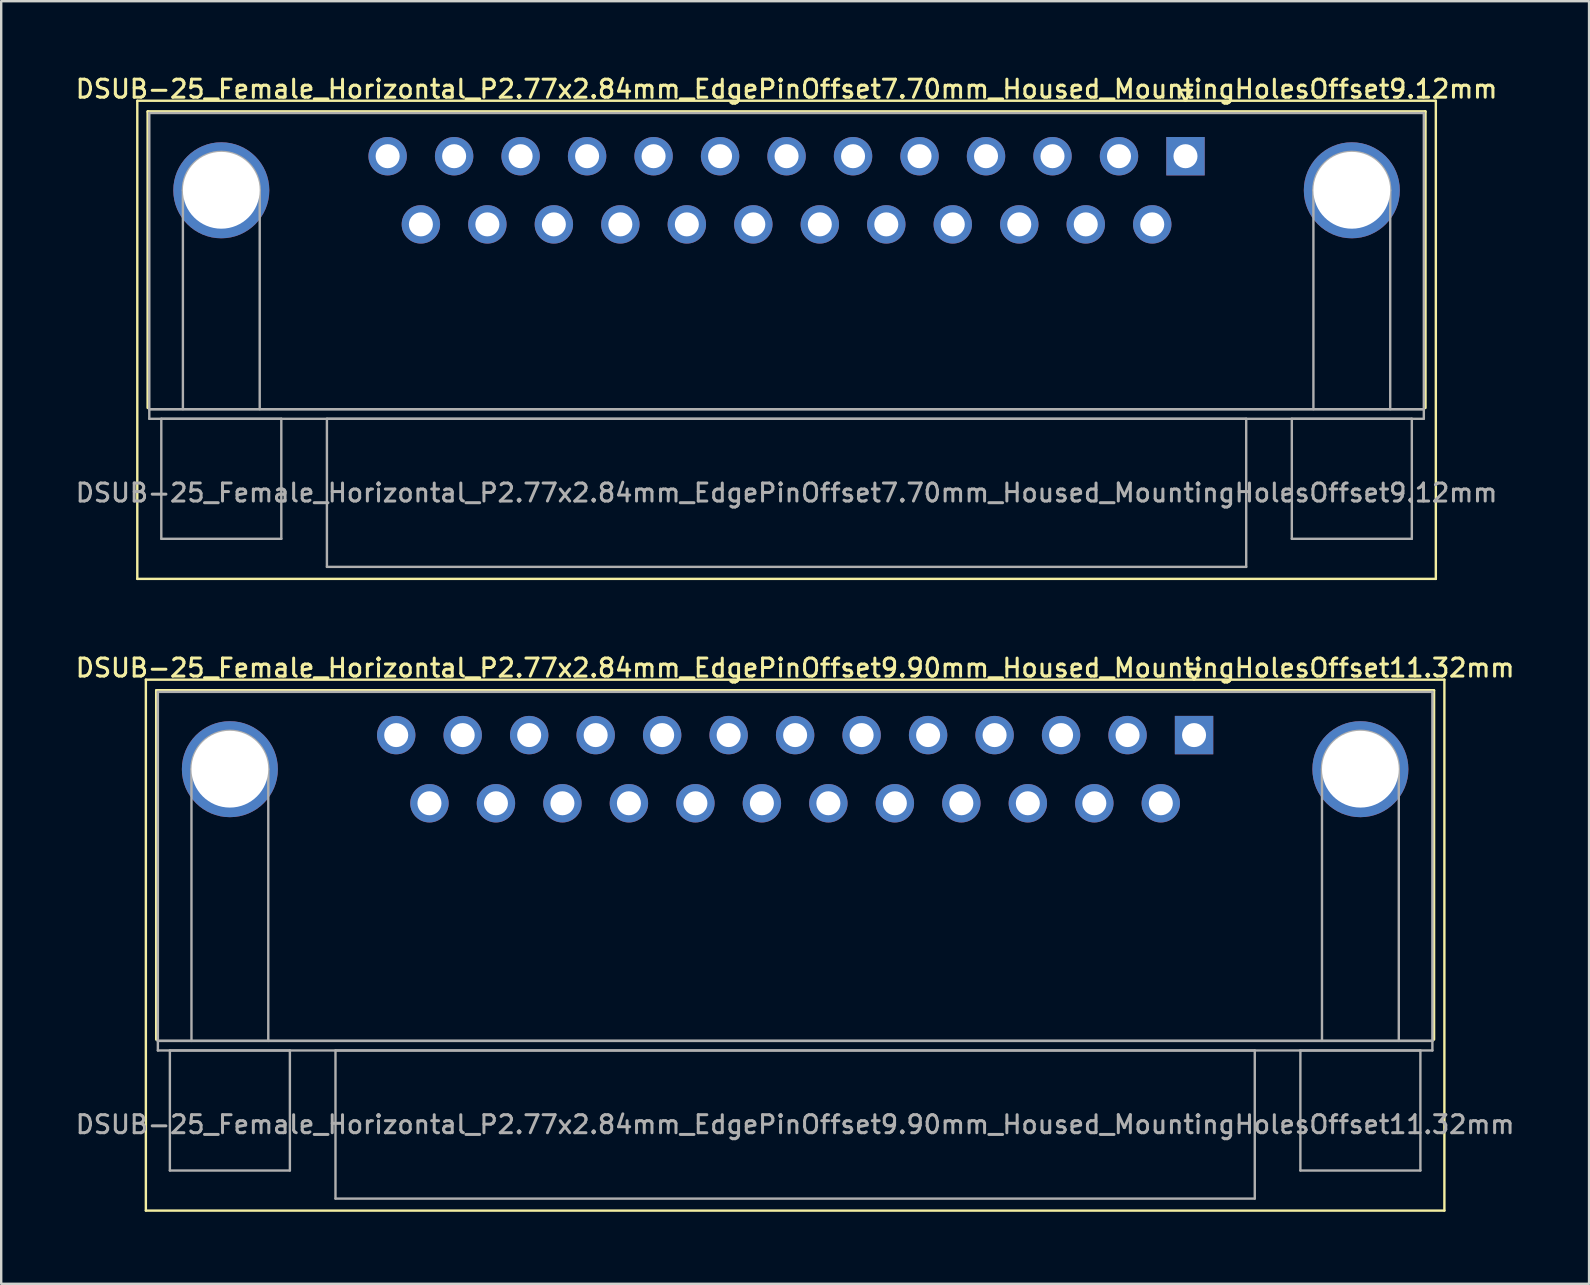
<source format=kicad_pcb>
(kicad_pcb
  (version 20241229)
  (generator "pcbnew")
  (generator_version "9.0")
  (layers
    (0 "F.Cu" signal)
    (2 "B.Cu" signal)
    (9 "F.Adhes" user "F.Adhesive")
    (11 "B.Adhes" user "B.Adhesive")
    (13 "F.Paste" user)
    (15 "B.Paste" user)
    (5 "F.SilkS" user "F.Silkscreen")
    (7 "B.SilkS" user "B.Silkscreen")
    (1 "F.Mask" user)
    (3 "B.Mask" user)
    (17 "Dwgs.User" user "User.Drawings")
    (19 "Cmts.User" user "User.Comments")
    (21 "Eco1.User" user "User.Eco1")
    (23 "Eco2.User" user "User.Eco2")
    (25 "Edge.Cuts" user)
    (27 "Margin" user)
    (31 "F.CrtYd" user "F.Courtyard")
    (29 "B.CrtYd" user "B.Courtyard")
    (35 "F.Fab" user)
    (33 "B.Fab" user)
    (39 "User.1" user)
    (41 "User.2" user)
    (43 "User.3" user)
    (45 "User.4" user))
  (footprint "DSUB-25_Female_Horizontal_P2.77x2.84mm_EdgePinOffset7.70mm_Housed_MountingHolesOffset9.12mm"
    (layer "F.Cu")
    (at 46.34 3.458)
    (property "Reference" "DSUB-25_Female_Horizontal_P2.77x2.84mm_EdgePinOffset7.70mm_Housed_MountingHolesOffset9.12mm" (at -16.62 -2.8 0) (layer "F.SilkS") (effects (font (size 0.75 0.75) (thickness 0.125))))
    (attr through_hole)
    (fp_line (start -43.67 -2.31) (end -43.67 17.61) (stroke (width 0.1) (type solid)) (layer "F.SilkS"))
    (fp_line (start -43.67 17.61) (end 10.43 17.61) (stroke (width 0.1) (type solid)) (layer "F.SilkS"))
    (fp_line (start -43.23 -1.86) (end 9.99 -1.86) (stroke (width 0.12) (type solid)) (layer "F.SilkS"))
    (fp_line (start -43.23 10.48) (end -43.23 -1.86) (stroke (width 0.12) (type solid)) (layer "F.SilkS"))
    (fp_line (start -0.25 -2.754) (end 0.25 -2.754) (stroke (width 0.12) (type solid)) (layer "F.SilkS"))
    (fp_line (start 0 -2.321) (end -0.25 -2.754) (stroke (width 0.12) (type solid)) (layer "F.SilkS"))
    (fp_line (start 0.25 -2.754) (end 0 -2.321) (stroke (width 0.12) (type solid)) (layer "F.SilkS"))
    (fp_line (start 9.99 -1.86) (end 9.99 10.48) (stroke (width 0.12) (type solid)) (layer "F.SilkS"))
    (fp_line (start 10.43 -2.31) (end -43.67 -2.31) (stroke (width 0.1) (type solid)) (layer "F.SilkS"))
    (fp_line (start 10.43 17.61) (end 10.43 -2.31) (stroke (width 0.1) (type solid)) (layer "F.SilkS"))
    (fp_line (start -43.17 -1.8) (end -43.17 10.54) (stroke (width 0.1) (type solid)) (layer "F.Fab"))
    (fp_line (start -43.17 10.54) (end -43.17 10.94) (stroke (width 0.1) (type solid)) (layer "F.Fab"))
    (fp_line (start -43.17 10.54) (end 9.93 10.54) (stroke (width 0.1) (type solid)) (layer "F.Fab"))
    (fp_line (start -43.17 10.94) (end 9.93 10.94) (stroke (width 0.1) (type solid)) (layer "F.Fab"))
    (fp_line (start -42.67 10.94) (end -42.67 15.94) (stroke (width 0.1) (type solid)) (layer "F.Fab"))
    (fp_line (start -42.67 15.94) (end -37.67 15.94) (stroke (width 0.1) (type solid)) (layer "F.Fab"))
    (fp_line (start -41.77 10.54) (end -41.77 1.42) (stroke (width 0.1) (type solid)) (layer "F.Fab"))
    (fp_line (start -38.57 10.54) (end -38.57 1.42) (stroke (width 0.1) (type solid)) (layer "F.Fab"))
    (fp_line (start -37.67 10.94) (end -42.67 10.94) (stroke (width 0.1) (type solid)) (layer "F.Fab"))
    (fp_line (start -37.67 15.94) (end -37.67 10.94) (stroke (width 0.1) (type solid)) (layer "F.Fab"))
    (fp_line (start -35.77 10.94) (end -35.77 17.11) (stroke (width 0.1) (type solid)) (layer "F.Fab"))
    (fp_line (start -35.77 17.11) (end 2.53 17.11) (stroke (width 0.1) (type solid)) (layer "F.Fab"))
    (fp_line (start 2.53 10.94) (end -35.77 10.94) (stroke (width 0.1) (type solid)) (layer "F.Fab"))
    (fp_line (start 2.53 17.11) (end 2.53 10.94) (stroke (width 0.1) (type solid)) (layer "F.Fab"))
    (fp_line (start 4.43 10.94) (end 4.43 15.94) (stroke (width 0.1) (type solid)) (layer "F.Fab"))
    (fp_line (start 4.43 15.94) (end 9.43 15.94) (stroke (width 0.1) (type solid)) (layer "F.Fab"))
    (fp_line (start 5.33 10.54) (end 5.33 1.42) (stroke (width 0.1) (type solid)) (layer "F.Fab"))
    (fp_line (start 8.53 10.54) (end 8.53 1.42) (stroke (width 0.1) (type solid)) (layer "F.Fab"))
    (fp_line (start 9.43 10.94) (end 4.43 10.94) (stroke (width 0.1) (type solid)) (layer "F.Fab"))
    (fp_line (start 9.43 15.94) (end 9.43 10.94) (stroke (width 0.1) (type solid)) (layer "F.Fab"))
    (fp_line (start 9.93 -1.8) (end -43.17 -1.8) (stroke (width 0.1) (type solid)) (layer "F.Fab"))
    (fp_line (start 9.93 10.54) (end -43.17 10.54) (stroke (width 0.1) (type solid)) (layer "F.Fab"))
    (fp_line (start 9.93 10.54) (end 9.93 -1.8) (stroke (width 0.1) (type solid)) (layer "F.Fab"))
    (fp_line (start 9.93 10.94) (end 9.93 10.54) (stroke (width 0.1) (type solid)) (layer "F.Fab"))
    (fp_arc (start -41.77 1.42) (mid -40.17 -0.18) (end -38.57 1.42) (stroke (width 0.1) (type solid)) (layer "F.Fab"))
    (fp_arc (start 5.33 1.42) (mid 6.93 -0.18) (end 8.53 1.42) (stroke (width 0.1) (type solid)) (layer "F.Fab"))
    (fp_text user "${REFERENCE}" (at -16.62 14.025 0) (layer "F.Fab") (effects (font (size 0.75 0.75) (thickness 0.125))))
    (pad "0" thru_hole circle (at -40.17 1.42) (size 4 4) (drill 3.2) (layers "*.Cu" "*.Mask"))
    (pad "0" thru_hole circle (at 6.93 1.42) (size 4 4) (drill 3.2) (layers "*.Cu" "*.Mask"))
    (pad "1" thru_hole rect (at 0 0) (size 1.6 1.6) (drill 1) (layers "*.Cu" "*.Mask"))
    (pad "2" thru_hole circle (at -2.77 0) (size 1.6 1.6) (drill 1) (layers "*.Cu" "*.Mask"))
    (pad "3" thru_hole circle (at -5.54 0) (size 1.6 1.6) (drill 1) (layers "*.Cu" "*.Mask"))
    (pad "4" thru_hole circle (at -8.31 0) (size 1.6 1.6) (drill 1) (layers "*.Cu" "*.Mask"))
    (pad "5" thru_hole circle (at -11.08 0) (size 1.6 1.6) (drill 1) (layers "*.Cu" "*.Mask"))
    (pad "6" thru_hole circle (at -13.85 0) (size 1.6 1.6) (drill 1) (layers "*.Cu" "*.Mask"))
    (pad "7" thru_hole circle (at -16.62 0) (size 1.6 1.6) (drill 1) (layers "*.Cu" "*.Mask"))
    (pad "8" thru_hole circle (at -19.39 0) (size 1.6 1.6) (drill 1) (layers "*.Cu" "*.Mask"))
    (pad "9" thru_hole circle (at -22.16 0) (size 1.6 1.6) (drill 1) (layers "*.Cu" "*.Mask"))
    (pad "10" thru_hole circle (at -24.93 0) (size 1.6 1.6) (drill 1) (layers "*.Cu" "*.Mask"))
    (pad "11" thru_hole circle (at -27.7 0) (size 1.6 1.6) (drill 1) (layers "*.Cu" "*.Mask"))
    (pad "12" thru_hole circle (at -30.47 0) (size 1.6 1.6) (drill 1) (layers "*.Cu" "*.Mask"))
    (pad "13" thru_hole circle (at -33.24 0) (size 1.6 1.6) (drill 1) (layers "*.Cu" "*.Mask"))
    (pad "14" thru_hole circle (at -1.385 2.84) (size 1.6 1.6) (drill 1) (layers "*.Cu" "*.Mask"))
    (pad "15" thru_hole circle (at -4.155 2.84) (size 1.6 1.6) (drill 1) (layers "*.Cu" "*.Mask"))
    (pad "16" thru_hole circle (at -6.925 2.84) (size 1.6 1.6) (drill 1) (layers "*.Cu" "*.Mask"))
    (pad "17" thru_hole circle (at -9.695 2.84) (size 1.6 1.6) (drill 1) (layers "*.Cu" "*.Mask"))
    (pad "18" thru_hole circle (at -12.465 2.84) (size 1.6 1.6) (drill 1) (layers "*.Cu" "*.Mask"))
    (pad "19" thru_hole circle (at -15.235 2.84) (size 1.6 1.6) (drill 1) (layers "*.Cu" "*.Mask"))
    (pad "20" thru_hole circle (at -18.005 2.84) (size 1.6 1.6) (drill 1) (layers "*.Cu" "*.Mask"))
    (pad "21" thru_hole circle (at -20.775 2.84) (size 1.6 1.6) (drill 1) (layers "*.Cu" "*.Mask"))
    (pad "22" thru_hole circle (at -23.545 2.84) (size 1.6 1.6) (drill 1) (layers "*.Cu" "*.Mask"))
    (pad "23" thru_hole circle (at -26.315 2.84) (size 1.6 1.6) (drill 1) (layers "*.Cu" "*.Mask"))
    (pad "24" thru_hole circle (at -29.085 2.84) (size 1.6 1.6) (drill 1) (layers "*.Cu" "*.Mask"))
    (pad "25" thru_hole circle (at -31.855 2.84) (size 1.6 1.6) (drill 1) (layers "*.Cu" "*.Mask")))
  (footprint "DSUB-25_Female_Horizontal_P2.77x2.84mm_EdgePinOffset9.90mm_Housed_MountingHolesOffset11.32mm"
    (layer "F.Cu")
    (at 46.697 27.576)
    (property "Reference" "DSUB-25_Female_Horizontal_P2.77x2.84mm_EdgePinOffset9.90mm_Housed_MountingHolesOffset11.32mm" (at -16.62 -2.8 0) (layer "F.SilkS") (effects (font (size 0.75 0.75) (thickness 0.125))))
    (attr through_hole)
    (fp_line (start -43.67 -2.31) (end -43.67 19.81) (stroke (width 0.1) (type solid)) (layer "F.SilkS"))
    (fp_line (start -43.67 19.81) (end 10.43 19.81) (stroke (width 0.1) (type solid)) (layer "F.SilkS"))
    (fp_line (start -43.23 -1.86) (end 9.99 -1.86) (stroke (width 0.12) (type solid)) (layer "F.SilkS"))
    (fp_line (start -43.23 12.68) (end -43.23 -1.86) (stroke (width 0.12) (type solid)) (layer "F.SilkS"))
    (fp_line (start -0.25 -2.754) (end 0.25 -2.754) (stroke (width 0.12) (type solid)) (layer "F.SilkS"))
    (fp_line (start 0 -2.321) (end -0.25 -2.754) (stroke (width 0.12) (type solid)) (layer "F.SilkS"))
    (fp_line (start 0.25 -2.754) (end 0 -2.321) (stroke (width 0.12) (type solid)) (layer "F.SilkS"))
    (fp_line (start 9.99 -1.86) (end 9.99 12.68) (stroke (width 0.12) (type solid)) (layer "F.SilkS"))
    (fp_line (start 10.43 -2.31) (end -43.67 -2.31) (stroke (width 0.1) (type solid)) (layer "F.SilkS"))
    (fp_line (start 10.43 19.81) (end 10.43 -2.31) (stroke (width 0.1) (type solid)) (layer "F.SilkS"))
    (fp_line (start -43.17 -1.8) (end -43.17 12.74) (stroke (width 0.1) (type solid)) (layer "F.Fab"))
    (fp_line (start -43.17 12.74) (end -43.17 13.14) (stroke (width 0.1) (type solid)) (layer "F.Fab"))
    (fp_line (start -43.17 12.74) (end 9.93 12.74) (stroke (width 0.1) (type solid)) (layer "F.Fab"))
    (fp_line (start -43.17 13.14) (end 9.93 13.14) (stroke (width 0.1) (type solid)) (layer "F.Fab"))
    (fp_line (start -42.67 13.14) (end -42.67 18.14) (stroke (width 0.1) (type solid)) (layer "F.Fab"))
    (fp_line (start -42.67 18.14) (end -37.67 18.14) (stroke (width 0.1) (type solid)) (layer "F.Fab"))
    (fp_line (start -41.77 12.74) (end -41.77 1.42) (stroke (width 0.1) (type solid)) (layer "F.Fab"))
    (fp_line (start -38.57 12.74) (end -38.57 1.42) (stroke (width 0.1) (type solid)) (layer "F.Fab"))
    (fp_line (start -37.67 13.14) (end -42.67 13.14) (stroke (width 0.1) (type solid)) (layer "F.Fab"))
    (fp_line (start -37.67 18.14) (end -37.67 13.14) (stroke (width 0.1) (type solid)) (layer "F.Fab"))
    (fp_line (start -35.77 13.14) (end -35.77 19.31) (stroke (width 0.1) (type solid)) (layer "F.Fab"))
    (fp_line (start -35.77 19.31) (end 2.53 19.31) (stroke (width 0.1) (type solid)) (layer "F.Fab"))
    (fp_line (start 2.53 13.14) (end -35.77 13.14) (stroke (width 0.1) (type solid)) (layer "F.Fab"))
    (fp_line (start 2.53 19.31) (end 2.53 13.14) (stroke (width 0.1) (type solid)) (layer "F.Fab"))
    (fp_line (start 4.43 13.14) (end 4.43 18.14) (stroke (width 0.1) (type solid)) (layer "F.Fab"))
    (fp_line (start 4.43 18.14) (end 9.43 18.14) (stroke (width 0.1) (type solid)) (layer "F.Fab"))
    (fp_line (start 5.33 12.74) (end 5.33 1.42) (stroke (width 0.1) (type solid)) (layer "F.Fab"))
    (fp_line (start 8.53 12.74) (end 8.53 1.42) (stroke (width 0.1) (type solid)) (layer "F.Fab"))
    (fp_line (start 9.43 13.14) (end 4.43 13.14) (stroke (width 0.1) (type solid)) (layer "F.Fab"))
    (fp_line (start 9.43 18.14) (end 9.43 13.14) (stroke (width 0.1) (type solid)) (layer "F.Fab"))
    (fp_line (start 9.93 -1.8) (end -43.17 -1.8) (stroke (width 0.1) (type solid)) (layer "F.Fab"))
    (fp_line (start 9.93 12.74) (end -43.17 12.74) (stroke (width 0.1) (type solid)) (layer "F.Fab"))
    (fp_line (start 9.93 12.74) (end 9.93 -1.8) (stroke (width 0.1) (type solid)) (layer "F.Fab"))
    (fp_line (start 9.93 13.14) (end 9.93 12.74) (stroke (width 0.1) (type solid)) (layer "F.Fab"))
    (fp_arc (start -41.77 1.42) (mid -40.17 -0.18) (end -38.57 1.42) (stroke (width 0.1) (type solid)) (layer "F.Fab"))
    (fp_arc (start 5.33 1.42) (mid 6.93 -0.18) (end 8.53 1.42) (stroke (width 0.1) (type solid)) (layer "F.Fab"))
    (fp_text user "${REFERENCE}" (at -16.62 16.225 0) (layer "F.Fab") (effects (font (size 0.75 0.75) (thickness 0.125))))
    (pad "0" thru_hole circle (at -40.17 1.42) (size 4 4) (drill 3.2) (layers "*.Cu" "*.Mask"))
    (pad "0" thru_hole circle (at 6.93 1.42) (size 4 4) (drill 3.2) (layers "*.Cu" "*.Mask"))
    (pad "1" thru_hole rect (at 0 0) (size 1.6 1.6) (drill 1) (layers "*.Cu" "*.Mask"))
    (pad "2" thru_hole circle (at -2.77 0) (size 1.6 1.6) (drill 1) (layers "*.Cu" "*.Mask"))
    (pad "3" thru_hole circle (at -5.54 0) (size 1.6 1.6) (drill 1) (layers "*.Cu" "*.Mask"))
    (pad "4" thru_hole circle (at -8.31 0) (size 1.6 1.6) (drill 1) (layers "*.Cu" "*.Mask"))
    (pad "5" thru_hole circle (at -11.08 0) (size 1.6 1.6) (drill 1) (layers "*.Cu" "*.Mask"))
    (pad "6" thru_hole circle (at -13.85 0) (size 1.6 1.6) (drill 1) (layers "*.Cu" "*.Mask"))
    (pad "7" thru_hole circle (at -16.62 0) (size 1.6 1.6) (drill 1) (layers "*.Cu" "*.Mask"))
    (pad "8" thru_hole circle (at -19.39 0) (size 1.6 1.6) (drill 1) (layers "*.Cu" "*.Mask"))
    (pad "9" thru_hole circle (at -22.16 0) (size 1.6 1.6) (drill 1) (layers "*.Cu" "*.Mask"))
    (pad "10" thru_hole circle (at -24.93 0) (size 1.6 1.6) (drill 1) (layers "*.Cu" "*.Mask"))
    (pad "11" thru_hole circle (at -27.7 0) (size 1.6 1.6) (drill 1) (layers "*.Cu" "*.Mask"))
    (pad "12" thru_hole circle (at -30.47 0) (size 1.6 1.6) (drill 1) (layers "*.Cu" "*.Mask"))
    (pad "13" thru_hole circle (at -33.24 0) (size 1.6 1.6) (drill 1) (layers "*.Cu" "*.Mask"))
    (pad "14" thru_hole circle (at -1.385 2.84) (size 1.6 1.6) (drill 1) (layers "*.Cu" "*.Mask"))
    (pad "15" thru_hole circle (at -4.155 2.84) (size 1.6 1.6) (drill 1) (layers "*.Cu" "*.Mask"))
    (pad "16" thru_hole circle (at -6.925 2.84) (size 1.6 1.6) (drill 1) (layers "*.Cu" "*.Mask"))
    (pad "17" thru_hole circle (at -9.695 2.84) (size 1.6 1.6) (drill 1) (layers "*.Cu" "*.Mask"))
    (pad "18" thru_hole circle (at -12.465 2.84) (size 1.6 1.6) (drill 1) (layers "*.Cu" "*.Mask"))
    (pad "19" thru_hole circle (at -15.235 2.84) (size 1.6 1.6) (drill 1) (layers "*.Cu" "*.Mask"))
    (pad "20" thru_hole circle (at -18.005 2.84) (size 1.6 1.6) (drill 1) (layers "*.Cu" "*.Mask"))
    (pad "21" thru_hole circle (at -20.775 2.84) (size 1.6 1.6) (drill 1) (layers "*.Cu" "*.Mask"))
    (pad "22" thru_hole circle (at -23.545 2.84) (size 1.6 1.6) (drill 1) (layers "*.Cu" "*.Mask"))
    (pad "23" thru_hole circle (at -26.315 2.84) (size 1.6 1.6) (drill 1) (layers "*.Cu" "*.Mask"))
    (pad "24" thru_hole circle (at -29.085 2.84) (size 1.6 1.6) (drill 1) (layers "*.Cu" "*.Mask"))
    (pad "25" thru_hole circle (at -31.855 2.84) (size 1.6 1.6) (drill 1) (layers "*.Cu" "*.Mask")))
  (gr_rect
    (start -3 -3)
    (end 63.154 50.436)
    (stroke (width 0.1) (type default))
    (fill no)
    (layer "Edge.Cuts")))
</source>
